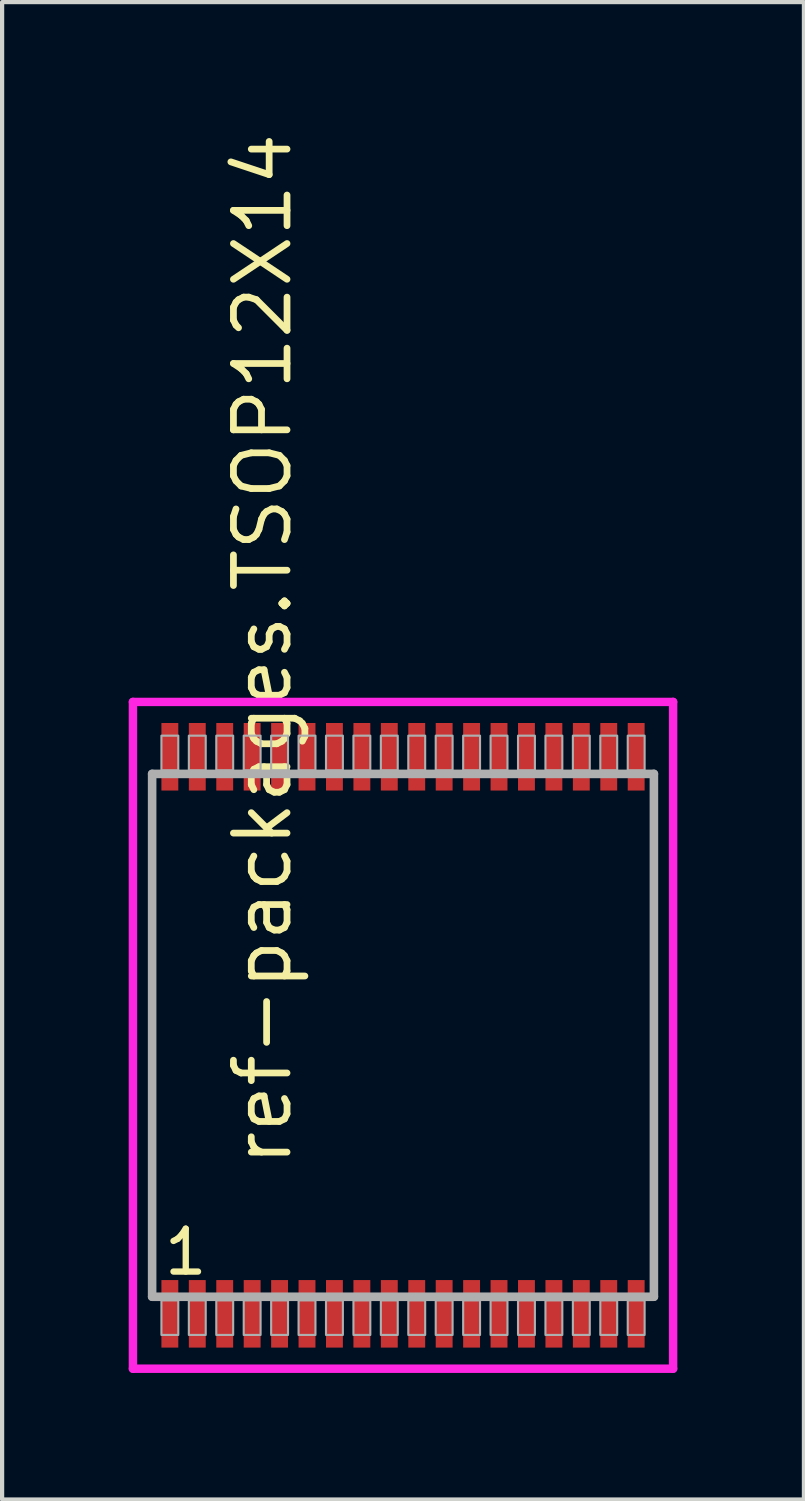
<source format=kicad_pcb>
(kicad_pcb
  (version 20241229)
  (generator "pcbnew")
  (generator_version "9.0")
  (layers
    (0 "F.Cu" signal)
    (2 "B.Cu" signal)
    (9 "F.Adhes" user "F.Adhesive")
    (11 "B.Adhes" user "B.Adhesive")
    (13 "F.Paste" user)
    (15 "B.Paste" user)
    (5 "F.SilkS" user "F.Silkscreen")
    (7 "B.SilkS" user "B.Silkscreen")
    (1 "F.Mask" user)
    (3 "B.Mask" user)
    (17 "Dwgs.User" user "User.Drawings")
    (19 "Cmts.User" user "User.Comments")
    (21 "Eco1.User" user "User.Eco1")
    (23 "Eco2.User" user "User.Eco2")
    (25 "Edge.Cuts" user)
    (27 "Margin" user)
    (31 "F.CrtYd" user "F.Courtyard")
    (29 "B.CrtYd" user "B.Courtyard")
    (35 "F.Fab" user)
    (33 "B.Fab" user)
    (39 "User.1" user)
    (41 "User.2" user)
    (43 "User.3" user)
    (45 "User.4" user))
  (footprint "ref-packages.TSOP12X14"
    (layer "F.Cu")
    (at 6.5 21.483)
    (property "Reference" "ref-packages.TSOP12X14" (at -2.585 3.175 90) (layer "F.SilkS") (effects (font (size 1.27 1.27) (thickness 0.16)) (justify left bottom)))
    (attr smd)
    (fp_line (start -6.4 -7.9) (end 6.4 -7.9) (stroke (width 0.2) (type default)) (layer "F.CrtYd"))
    (fp_line (start -6.4 7.9) (end -6.4 -7.9) (stroke (width 0.2) (type default)) (layer "F.CrtYd"))
    (fp_line (start 6.4 -7.9) (end 6.4 7.9) (stroke (width 0.2) (type default)) (layer "F.CrtYd"))
    (fp_line (start 6.4 7.9) (end -6.4 7.9) (stroke (width 0.2) (type default)) (layer "F.CrtYd"))
    (fp_line (start -5.945 -6.195) (end 5.945 -6.195) (stroke (width 0.203) (type default)) (layer "F.Fab"))
    (fp_line (start -5.945 6.195) (end -5.945 -6.195) (stroke (width 0.203) (type default)) (layer "F.Fab"))
    (fp_line (start 5.945 -6.195) (end 5.945 6.195) (stroke (width 0.203) (type default)) (layer "F.Fab"))
    (fp_line (start 5.945 6.195) (end -5.945 6.195) (stroke (width 0.203) (type default)) (layer "F.Fab"))
    (fp_rect (start -5.725 -6.28) (end -5.325 -7.1) (stroke (width 0.05) (type default)) (fill no) (layer "F.Fab"))
    (fp_rect (start -5.725 7.1) (end -5.325 6.28) (stroke (width 0.05) (type default)) (fill no) (layer "F.Fab"))
    (fp_rect (start -5.075 -6.28) (end -4.675 -7.1) (stroke (width 0.05) (type default)) (fill no) (layer "F.Fab"))
    (fp_rect (start -5.075 7.1) (end -4.675 6.28) (stroke (width 0.05) (type default)) (fill no) (layer "F.Fab"))
    (fp_rect (start -4.425 -6.28) (end -4.025 -7.1) (stroke (width 0.05) (type default)) (fill no) (layer "F.Fab"))
    (fp_rect (start -4.425 7.1) (end -4.025 6.28) (stroke (width 0.05) (type default)) (fill no) (layer "F.Fab"))
    (fp_rect (start -3.775 -6.28) (end -3.375 -7.1) (stroke (width 0.05) (type default)) (fill no) (layer "F.Fab"))
    (fp_rect (start -3.775 7.1) (end -3.375 6.28) (stroke (width 0.05) (type default)) (fill no) (layer "F.Fab"))
    (fp_rect (start -3.125 -6.28) (end -2.725 -7.1) (stroke (width 0.05) (type default)) (fill no) (layer "F.Fab"))
    (fp_rect (start -3.125 7.1) (end -2.725 6.28) (stroke (width 0.05) (type default)) (fill no) (layer "F.Fab"))
    (fp_rect (start -2.475 -6.28) (end -2.075 -7.1) (stroke (width 0.05) (type default)) (fill no) (layer "F.Fab"))
    (fp_rect (start -2.475 7.1) (end -2.075 6.28) (stroke (width 0.05) (type default)) (fill no) (layer "F.Fab"))
    (fp_rect (start -1.825 -6.28) (end -1.425 -7.1) (stroke (width 0.05) (type default)) (fill no) (layer "F.Fab"))
    (fp_rect (start -1.825 7.1) (end -1.425 6.28) (stroke (width 0.05) (type default)) (fill no) (layer "F.Fab"))
    (fp_rect (start -1.175 -6.28) (end -0.775 -7.1) (stroke (width 0.05) (type default)) (fill no) (layer "F.Fab"))
    (fp_rect (start -1.175 7.1) (end -0.775 6.28) (stroke (width 0.05) (type default)) (fill no) (layer "F.Fab"))
    (fp_rect (start -0.525 -6.28) (end -0.125 -7.1) (stroke (width 0.05) (type default)) (fill no) (layer "F.Fab"))
    (fp_rect (start -0.525 7.1) (end -0.125 6.28) (stroke (width 0.05) (type default)) (fill no) (layer "F.Fab"))
    (fp_rect (start 0.125 -6.28) (end 0.525 -7.1) (stroke (width 0.05) (type default)) (fill no) (layer "F.Fab"))
    (fp_rect (start 0.125 7.1) (end 0.525 6.28) (stroke (width 0.05) (type default)) (fill no) (layer "F.Fab"))
    (fp_rect (start 0.775 -6.28) (end 1.175 -7.1) (stroke (width 0.05) (type default)) (fill no) (layer "F.Fab"))
    (fp_rect (start 0.775 7.1) (end 1.175 6.28) (stroke (width 0.05) (type default)) (fill no) (layer "F.Fab"))
    (fp_rect (start 1.425 -6.28) (end 1.825 -7.1) (stroke (width 0.05) (type default)) (fill no) (layer "F.Fab"))
    (fp_rect (start 1.425 7.1) (end 1.825 6.28) (stroke (width 0.05) (type default)) (fill no) (layer "F.Fab"))
    (fp_rect (start 2.075 -6.28) (end 2.475 -7.1) (stroke (width 0.05) (type default)) (fill no) (layer "F.Fab"))
    (fp_rect (start 2.075 7.1) (end 2.475 6.28) (stroke (width 0.05) (type default)) (fill no) (layer "F.Fab"))
    (fp_rect (start 2.725 -6.28) (end 3.125 -7.1) (stroke (width 0.05) (type default)) (fill no) (layer "F.Fab"))
    (fp_rect (start 2.725 7.1) (end 3.125 6.28) (stroke (width 0.05) (type default)) (fill no) (layer "F.Fab"))
    (fp_rect (start 3.375 -6.28) (end 3.775 -7.1) (stroke (width 0.05) (type default)) (fill no) (layer "F.Fab"))
    (fp_rect (start 3.375 7.1) (end 3.775 6.28) (stroke (width 0.05) (type default)) (fill no) (layer "F.Fab"))
    (fp_rect (start 4.025 -6.28) (end 4.425 -7.1) (stroke (width 0.05) (type default)) (fill no) (layer "F.Fab"))
    (fp_rect (start 4.025 7.1) (end 4.425 6.28) (stroke (width 0.05) (type default)) (fill no) (layer "F.Fab"))
    (fp_rect (start 4.675 -6.28) (end 5.075 -7.1) (stroke (width 0.05) (type default)) (fill no) (layer "F.Fab"))
    (fp_rect (start 4.675 7.1) (end 5.075 6.28) (stroke (width 0.05) (type default)) (fill no) (layer "F.Fab"))
    (fp_rect (start 5.325 -6.28) (end 5.725 -7.1) (stroke (width 0.05) (type default)) (fill no) (layer "F.Fab"))
    (fp_rect (start 5.325 7.1) (end 5.725 6.28) (stroke (width 0.05) (type default)) (fill no) (layer "F.Fab"))
    (fp_text user "1" (at -5.731 5.73 0) (layer "F.SilkS") (effects (font (size 1.016 1.016) (thickness 0.15)) (justify left bottom)))
    (pad "1" smd roundrect (at -5.525 6.6) (size 0.4 1.6) (layers "F.Cu" "F.Mask" "F.Paste") (roundrect_rratio 0.01))
    (pad "2" smd roundrect (at -4.875 6.6) (size 0.4 1.6) (layers "F.Cu" "F.Mask" "F.Paste") (roundrect_rratio 0.01))
    (pad "3" smd roundrect (at -4.225 6.6) (size 0.4 1.6) (layers "F.Cu" "F.Mask" "F.Paste") (roundrect_rratio 0.01))
    (pad "4" smd roundrect (at -3.575 6.6) (size 0.4 1.6) (layers "F.Cu" "F.Mask" "F.Paste") (roundrect_rratio 0.01))
    (pad "5" smd roundrect (at -2.925 6.6) (size 0.4 1.6) (layers "F.Cu" "F.Mask" "F.Paste") (roundrect_rratio 0.01))
    (pad "6" smd roundrect (at -2.275 6.6) (size 0.4 1.6) (layers "F.Cu" "F.Mask" "F.Paste") (roundrect_rratio 0.01))
    (pad "7" smd roundrect (at -1.625 6.6) (size 0.4 1.6) (layers "F.Cu" "F.Mask" "F.Paste") (roundrect_rratio 0.01))
    (pad "8" smd roundrect (at -0.975 6.6) (size 0.4 1.6) (layers "F.Cu" "F.Mask" "F.Paste") (roundrect_rratio 0.01))
    (pad "9" smd roundrect (at -0.325 6.6) (size 0.4 1.6) (layers "F.Cu" "F.Mask" "F.Paste") (roundrect_rratio 0.01))
    (pad "10" smd roundrect (at 0.325 6.6) (size 0.4 1.6) (layers "F.Cu" "F.Mask" "F.Paste") (roundrect_rratio 0.01))
    (pad "11" smd roundrect (at 0.975 6.6) (size 0.4 1.6) (layers "F.Cu" "F.Mask" "F.Paste") (roundrect_rratio 0.01))
    (pad "12" smd roundrect (at 1.625 6.6) (size 0.4 1.6) (layers "F.Cu" "F.Mask" "F.Paste") (roundrect_rratio 0.01))
    (pad "13" smd roundrect (at 2.275 6.6) (size 0.4 1.6) (layers "F.Cu" "F.Mask" "F.Paste") (roundrect_rratio 0.01))
    (pad "14" smd roundrect (at 2.925 6.6) (size 0.4 1.6) (layers "F.Cu" "F.Mask" "F.Paste") (roundrect_rratio 0.01))
    (pad "15" smd roundrect (at 3.575 6.6) (size 0.4 1.6) (layers "F.Cu" "F.Mask" "F.Paste") (roundrect_rratio 0.01))
    (pad "16" smd roundrect (at 4.225 6.6) (size 0.4 1.6) (layers "F.Cu" "F.Mask" "F.Paste") (roundrect_rratio 0.01))
    (pad "17" smd roundrect (at 4.875 6.6) (size 0.4 1.6) (layers "F.Cu" "F.Mask" "F.Paste") (roundrect_rratio 0.01))
    (pad "18" smd roundrect (at 5.525 6.6) (size 0.4 1.6) (layers "F.Cu" "F.Mask" "F.Paste") (roundrect_rratio 0.01))
    (pad "19" smd roundrect (at 5.525 -6.6) (size 0.4 1.6) (layers "F.Cu" "F.Mask" "F.Paste") (roundrect_rratio 0.01))
    (pad "20" smd roundrect (at 4.875 -6.6) (size 0.4 1.6) (layers "F.Cu" "F.Mask" "F.Paste") (roundrect_rratio 0.01))
    (pad "21" smd roundrect (at 4.225 -6.6) (size 0.4 1.6) (layers "F.Cu" "F.Mask" "F.Paste") (roundrect_rratio 0.01))
    (pad "22" smd roundrect (at 3.575 -6.6) (size 0.4 1.6) (layers "F.Cu" "F.Mask" "F.Paste") (roundrect_rratio 0.01))
    (pad "23" smd roundrect (at 2.925 -6.6) (size 0.4 1.6) (layers "F.Cu" "F.Mask" "F.Paste") (roundrect_rratio 0.01))
    (pad "24" smd roundrect (at 2.275 -6.6) (size 0.4 1.6) (layers "F.Cu" "F.Mask" "F.Paste") (roundrect_rratio 0.01))
    (pad "25" smd roundrect (at 1.625 -6.6) (size 0.4 1.6) (layers "F.Cu" "F.Mask" "F.Paste") (roundrect_rratio 0.01))
    (pad "26" smd roundrect (at 0.975 -6.6) (size 0.4 1.6) (layers "F.Cu" "F.Mask" "F.Paste") (roundrect_rratio 0.01))
    (pad "27" smd roundrect (at 0.325 -6.6) (size 0.4 1.6) (layers "F.Cu" "F.Mask" "F.Paste") (roundrect_rratio 0.01))
    (pad "28" smd roundrect (at -0.325 -6.6) (size 0.4 1.6) (layers "F.Cu" "F.Mask" "F.Paste") (roundrect_rratio 0.01))
    (pad "29" smd roundrect (at -0.975 -6.6) (size 0.4 1.6) (layers "F.Cu" "F.Mask" "F.Paste") (roundrect_rratio 0.01))
    (pad "30" smd roundrect (at -1.625 -6.6) (size 0.4 1.6) (layers "F.Cu" "F.Mask" "F.Paste") (roundrect_rratio 0.01))
    (pad "31" smd roundrect (at -2.275 -6.6) (size 0.4 1.6) (layers "F.Cu" "F.Mask" "F.Paste") (roundrect_rratio 0.01))
    (pad "32" smd roundrect (at -2.925 -6.6) (size 0.4 1.6) (layers "F.Cu" "F.Mask" "F.Paste") (roundrect_rratio 0.01))
    (pad "33" smd roundrect (at -3.575 -6.6) (size 0.4 1.6) (layers "F.Cu" "F.Mask" "F.Paste") (roundrect_rratio 0.01))
    (pad "34" smd roundrect (at -4.225 -6.6) (size 0.4 1.6) (layers "F.Cu" "F.Mask" "F.Paste") (roundrect_rratio 0.01))
    (pad "35" smd roundrect (at -4.875 -6.6) (size 0.4 1.6) (layers "F.Cu" "F.Mask" "F.Paste") (roundrect_rratio 0.01))
    (pad "36" smd roundrect (at -5.525 -6.6) (size 0.4 1.6) (layers "F.Cu" "F.Mask" "F.Paste") (roundrect_rratio 0.01)))
  (gr_rect
    (start -3 -3)
    (end 16 32.483)
    (stroke (width 0.1) (type default))
    (fill no)
    (layer "Edge.Cuts")))
</source>
